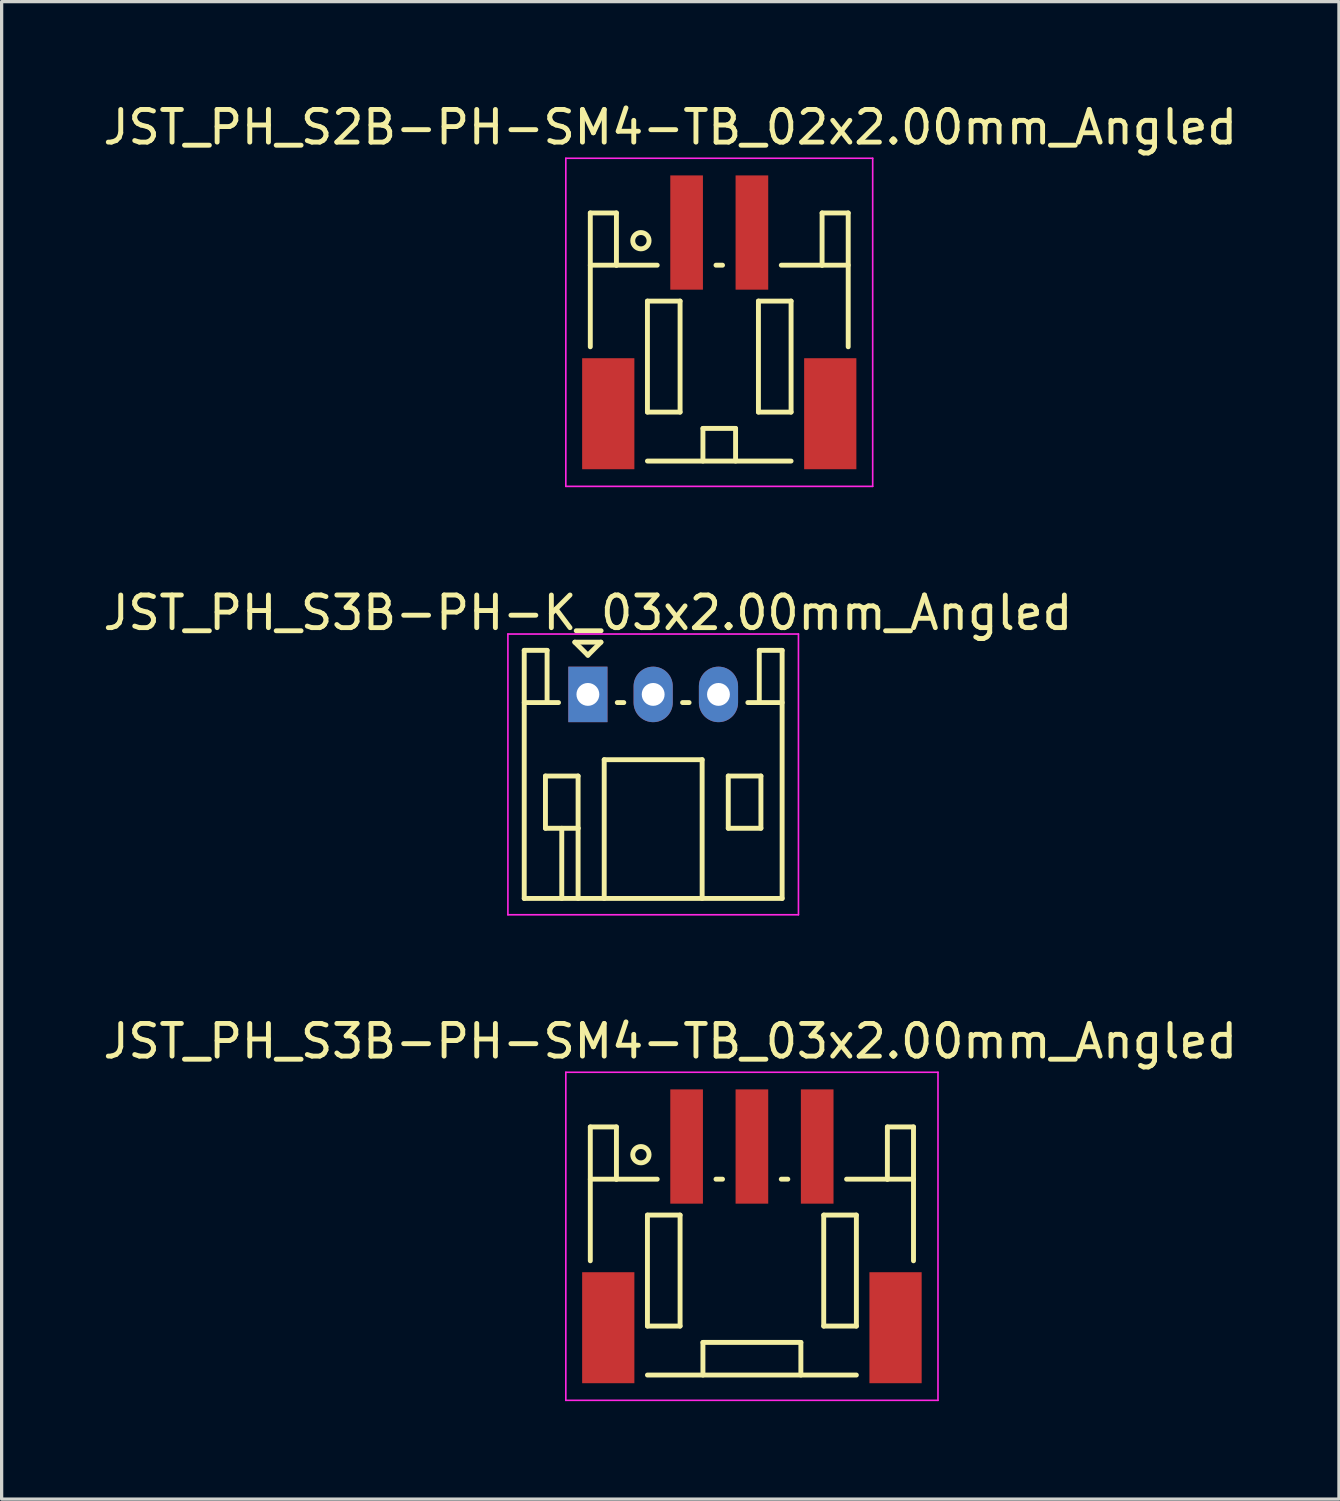
<source format=kicad_pcb>
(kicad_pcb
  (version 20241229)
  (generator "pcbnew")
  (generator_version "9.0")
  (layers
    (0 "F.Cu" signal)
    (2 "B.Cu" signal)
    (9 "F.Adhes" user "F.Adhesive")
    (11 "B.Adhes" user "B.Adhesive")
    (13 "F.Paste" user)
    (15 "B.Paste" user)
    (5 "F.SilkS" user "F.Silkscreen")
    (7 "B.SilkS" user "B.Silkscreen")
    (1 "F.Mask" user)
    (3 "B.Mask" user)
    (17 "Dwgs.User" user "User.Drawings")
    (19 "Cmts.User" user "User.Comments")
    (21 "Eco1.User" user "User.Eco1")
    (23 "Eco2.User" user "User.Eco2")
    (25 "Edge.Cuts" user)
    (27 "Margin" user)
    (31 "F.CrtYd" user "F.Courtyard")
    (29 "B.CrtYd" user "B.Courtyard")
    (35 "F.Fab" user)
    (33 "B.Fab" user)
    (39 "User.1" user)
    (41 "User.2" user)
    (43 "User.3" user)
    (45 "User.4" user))
  (footprint "JST_PH_S3B-PH-K_03x2.00mm_Angled"
    (layer "F.Cu")
    (at 14.958 18.221)
    (property "Reference" "JST_PH_S3B-PH-K_03x2.00mm_Angled" (at 0 -2.5 0) (layer "F.SilkS") (effects (font (size 1 1) (thickness 0.15))))
    (attr through_hole)
    (fp_line (start -1.95 -1.35) (end -1.95 6.25) (stroke (width 0.15) (type solid)) (layer "F.SilkS"))
    (fp_line (start -1.95 0.25) (end -1.25 0.25) (stroke (width 0.15) (type solid)) (layer "F.SilkS"))
    (fp_line (start -1.95 6.25) (end 5.95 6.25) (stroke (width 0.15) (type solid)) (layer "F.SilkS"))
    (fp_line (start -1.3 2.5) (end -1.3 4.1) (stroke (width 0.15) (type solid)) (layer "F.SilkS"))
    (fp_line (start -1.3 4.1) (end -0.3 4.1) (stroke (width 0.15) (type solid)) (layer "F.SilkS"))
    (fp_line (start -1.25 -1.35) (end -1.95 -1.35) (stroke (width 0.15) (type solid)) (layer "F.SilkS"))
    (fp_line (start -1.25 0.25) (end -1.25 -1.35) (stroke (width 0.15) (type solid)) (layer "F.SilkS"))
    (fp_line (start -0.9 0.25) (end -1.25 0.25) (stroke (width 0.15) (type solid)) (layer "F.SilkS"))
    (fp_line (start -0.8 4.1) (end -0.8 6.25) (stroke (width 0.15) (type solid)) (layer "F.SilkS"))
    (fp_line (start -0.4 -1.6) (end 0.4 -1.6) (stroke (width 0.15) (type solid)) (layer "F.SilkS"))
    (fp_line (start -0.3 2.5) (end -1.3 2.5) (stroke (width 0.15) (type solid)) (layer "F.SilkS"))
    (fp_line (start -0.3 4.1) (end -0.3 2.5) (stroke (width 0.15) (type solid)) (layer "F.SilkS"))
    (fp_line (start -0.3 4.1) (end -0.3 6.25) (stroke (width 0.15) (type solid)) (layer "F.SilkS"))
    (fp_line (start 0 -1.2) (end -0.4 -1.6) (stroke (width 0.15) (type solid)) (layer "F.SilkS"))
    (fp_line (start 0.4 -1.6) (end 0 -1.2) (stroke (width 0.15) (type solid)) (layer "F.SilkS"))
    (fp_line (start 0.5 2) (end 3.5 2) (stroke (width 0.15) (type solid)) (layer "F.SilkS"))
    (fp_line (start 0.5 6.25) (end 0.5 2) (stroke (width 0.15) (type solid)) (layer "F.SilkS"))
    (fp_line (start 0.9 0.25) (end 1.1 0.25) (stroke (width 0.15) (type solid)) (layer "F.SilkS"))
    (fp_line (start 2.9 0.25) (end 3.1 0.25) (stroke (width 0.15) (type solid)) (layer "F.SilkS"))
    (fp_line (start 3.5 2) (end 3.5 6.25) (stroke (width 0.15) (type solid)) (layer "F.SilkS"))
    (fp_line (start 4.3 2.5) (end 5.3 2.5) (stroke (width 0.15) (type solid)) (layer "F.SilkS"))
    (fp_line (start 4.3 4.1) (end 4.3 2.5) (stroke (width 0.15) (type solid)) (layer "F.SilkS"))
    (fp_line (start 5.25 -1.35) (end 5.25 0.25) (stroke (width 0.15) (type solid)) (layer "F.SilkS"))
    (fp_line (start 5.25 0.25) (end 4.9 0.25) (stroke (width 0.15) (type solid)) (layer "F.SilkS"))
    (fp_line (start 5.3 2.5) (end 5.3 4.1) (stroke (width 0.15) (type solid)) (layer "F.SilkS"))
    (fp_line (start 5.3 4.1) (end 4.3 4.1) (stroke (width 0.15) (type solid)) (layer "F.SilkS"))
    (fp_line (start 5.95 -1.35) (end 5.25 -1.35) (stroke (width 0.15) (type solid)) (layer "F.SilkS"))
    (fp_line (start 5.95 0.25) (end 5.25 0.25) (stroke (width 0.15) (type solid)) (layer "F.SilkS"))
    (fp_line (start 5.95 6.25) (end 5.95 -1.35) (stroke (width 0.15) (type solid)) (layer "F.SilkS"))
    (fp_line (start -2.45 -1.85) (end 6.45 -1.85) (stroke (width 0.05) (type solid)) (layer "F.CrtYd"))
    (fp_line (start -2.45 6.75) (end -2.45 -1.85) (stroke (width 0.05) (type solid)) (layer "F.CrtYd"))
    (fp_line (start 6.45 -1.85) (end 6.45 6.75) (stroke (width 0.05) (type solid)) (layer "F.CrtYd"))
    (fp_line (start 6.45 6.75) (end -2.45 6.75) (stroke (width 0.05) (type solid)) (layer "F.CrtYd"))
    (pad "1" thru_hole rect (at 0 0) (size 1.2 1.7) (drill 0.7) (layers "*.Cu" "*.Mask"))
    (pad "2" thru_hole oval (at 2 0) (size 1.2 1.7) (drill 0.7) (layers "*.Cu" "*.Mask"))
    (pad "3" thru_hole oval (at 4 0) (size 1.2 1.7) (drill 0.7) (layers "*.Cu" "*.Mask")))
  (footprint "JST_PH_S2B-PH-SM4-TB_02x2.00mm_Angled"
    (layer "F.Cu")
    (at 18.982 6.848)
    (property "Reference" "JST_PH_S2B-PH-SM4-TB_02x2.00mm_Angled" (at -1.5 -6 0) (layer "F.SilkS") (effects (font (size 1 1) (thickness 0.15))))
    (attr smd)
    (fp_line (start -3.95 -3.375) (end -3.95 0.725) (stroke (width 0.15) (type solid)) (layer "F.SilkS"))
    (fp_line (start -3.15 -3.375) (end -3.95 -3.375) (stroke (width 0.15) (type solid)) (layer "F.SilkS"))
    (fp_line (start -3.15 -1.775) (end -3.95 -1.775) (stroke (width 0.15) (type solid)) (layer "F.SilkS"))
    (fp_line (start -3.15 -1.775) (end -3.15 -3.375) (stroke (width 0.15) (type solid)) (layer "F.SilkS"))
    (fp_line (start -2.2 -0.675) (end -2.2 2.725) (stroke (width 0.15) (type solid)) (layer "F.SilkS"))
    (fp_line (start -2.2 2.725) (end -1.2 2.725) (stroke (width 0.15) (type solid)) (layer "F.SilkS"))
    (fp_line (start -2.2 4.225) (end 2.2 4.225) (stroke (width 0.15) (type solid)) (layer "F.SilkS"))
    (fp_line (start -1.9 -1.775) (end -3.15 -1.775) (stroke (width 0.15) (type solid)) (layer "F.SilkS"))
    (fp_line (start -1.2 -0.675) (end -2.2 -0.675) (stroke (width 0.15) (type solid)) (layer "F.SilkS"))
    (fp_line (start -1.2 2.725) (end -1.2 -0.675) (stroke (width 0.15) (type solid)) (layer "F.SilkS"))
    (fp_line (start -0.5 3.225) (end 0.5 3.225) (stroke (width 0.15) (type solid)) (layer "F.SilkS"))
    (fp_line (start -0.5 4.225) (end -0.5 3.225) (stroke (width 0.15) (type solid)) (layer "F.SilkS"))
    (fp_line (start -0.1 -1.775) (end 0.1 -1.775) (stroke (width 0.15) (type solid)) (layer "F.SilkS"))
    (fp_line (start 0.5 3.225) (end 0.5 4.225) (stroke (width 0.15) (type solid)) (layer "F.SilkS"))
    (fp_line (start 1.2 -0.675) (end 2.2 -0.675) (stroke (width 0.15) (type solid)) (layer "F.SilkS"))
    (fp_line (start 1.2 2.725) (end 1.2 -0.675) (stroke (width 0.15) (type solid)) (layer "F.SilkS"))
    (fp_line (start 1.9 -1.775) (end 3.15 -1.775) (stroke (width 0.15) (type solid)) (layer "F.SilkS"))
    (fp_line (start 2.2 -0.675) (end 2.2 2.725) (stroke (width 0.15) (type solid)) (layer "F.SilkS"))
    (fp_line (start 2.2 2.725) (end 1.2 2.725) (stroke (width 0.15) (type solid)) (layer "F.SilkS"))
    (fp_line (start 3.15 -3.375) (end 3.95 -3.375) (stroke (width 0.15) (type solid)) (layer "F.SilkS"))
    (fp_line (start 3.15 -1.775) (end 3.15 -3.375) (stroke (width 0.15) (type solid)) (layer "F.SilkS"))
    (fp_line (start 3.15 -1.775) (end 3.95 -1.775) (stroke (width 0.15) (type solid)) (layer "F.SilkS"))
    (fp_line (start 3.95 -3.375) (end 3.95 0.725) (stroke (width 0.15) (type solid)) (layer "F.SilkS"))
    (fp_circle (center -2.4 -2.525) (end -2.15 -2.525) (stroke (width 0.15) (type solid)) (fill no) (layer "F.SilkS"))
    (fp_line (start -4.7 -5.05) (end 4.7 -5.05) (stroke (width 0.05) (type solid)) (layer "F.CrtYd"))
    (fp_line (start -4.7 5) (end -4.7 -5.05) (stroke (width 0.05) (type solid)) (layer "F.CrtYd"))
    (fp_line (start 4.7 -5.05) (end 4.7 5) (stroke (width 0.05) (type solid)) (layer "F.CrtYd"))
    (fp_line (start 4.7 5) (end -4.7 5) (stroke (width 0.05) (type solid)) (layer "F.CrtYd"))
    (pad "" smd rect (at -3.4 2.775) (size 1.6 3.4) (layers "F.Cu" "F.Mask" "F.Paste"))
    (pad "" smd rect (at 3.4 2.775) (size 1.6 3.4) (layers "F.Cu" "F.Mask" "F.Paste"))
    (pad "1" smd rect (at -1 -2.775) (size 1 3.5) (layers "F.Cu" "F.Mask" "F.Paste"))
    (pad "2" smd rect (at 1 -2.775) (size 1 3.5) (layers "F.Cu" "F.Mask" "F.Paste")))
  (footprint "JST_PH_S3B-PH-SM4-TB_03x2.00mm_Angled"
    (layer "F.Cu")
    (at 19.982 34.845)
    (property "Reference" "JST_PH_S3B-PH-SM4-TB_03x2.00mm_Angled" (at -2.5 -6 0) (layer "F.SilkS") (effects (font (size 1 1) (thickness 0.15))))
    (attr smd)
    (fp_line (start -4.95 -3.375) (end -4.95 0.725) (stroke (width 0.15) (type solid)) (layer "F.SilkS"))
    (fp_line (start -4.15 -3.375) (end -4.95 -3.375) (stroke (width 0.15) (type solid)) (layer "F.SilkS"))
    (fp_line (start -4.15 -1.775) (end -4.95 -1.775) (stroke (width 0.15) (type solid)) (layer "F.SilkS"))
    (fp_line (start -4.15 -1.775) (end -4.15 -3.375) (stroke (width 0.15) (type solid)) (layer "F.SilkS"))
    (fp_line (start -3.2 -0.675) (end -3.2 2.725) (stroke (width 0.15) (type solid)) (layer "F.SilkS"))
    (fp_line (start -3.2 2.725) (end -2.2 2.725) (stroke (width 0.15) (type solid)) (layer "F.SilkS"))
    (fp_line (start -3.2 4.225) (end 3.2 4.225) (stroke (width 0.15) (type solid)) (layer "F.SilkS"))
    (fp_line (start -2.9 -1.775) (end -4.15 -1.775) (stroke (width 0.15) (type solid)) (layer "F.SilkS"))
    (fp_line (start -2.2 -0.675) (end -3.2 -0.675) (stroke (width 0.15) (type solid)) (layer "F.SilkS"))
    (fp_line (start -2.2 2.725) (end -2.2 -0.675) (stroke (width 0.15) (type solid)) (layer "F.SilkS"))
    (fp_line (start -1.5 3.225) (end 1.5 3.225) (stroke (width 0.15) (type solid)) (layer "F.SilkS"))
    (fp_line (start -1.5 4.225) (end -1.5 3.225) (stroke (width 0.15) (type solid)) (layer "F.SilkS"))
    (fp_line (start -1.1 -1.775) (end -0.9 -1.775) (stroke (width 0.15) (type solid)) (layer "F.SilkS"))
    (fp_line (start 0.9 -1.775) (end 1.1 -1.775) (stroke (width 0.15) (type solid)) (layer "F.SilkS"))
    (fp_line (start 1.5 3.225) (end 1.5 4.225) (stroke (width 0.15) (type solid)) (layer "F.SilkS"))
    (fp_line (start 2.2 -0.675) (end 3.2 -0.675) (stroke (width 0.15) (type solid)) (layer "F.SilkS"))
    (fp_line (start 2.2 2.725) (end 2.2 -0.675) (stroke (width 0.15) (type solid)) (layer "F.SilkS"))
    (fp_line (start 2.9 -1.775) (end 4.15 -1.775) (stroke (width 0.15) (type solid)) (layer "F.SilkS"))
    (fp_line (start 3.2 -0.675) (end 3.2 2.725) (stroke (width 0.15) (type solid)) (layer "F.SilkS"))
    (fp_line (start 3.2 2.725) (end 2.2 2.725) (stroke (width 0.15) (type solid)) (layer "F.SilkS"))
    (fp_line (start 4.15 -3.375) (end 4.95 -3.375) (stroke (width 0.15) (type solid)) (layer "F.SilkS"))
    (fp_line (start 4.15 -1.775) (end 4.15 -3.375) (stroke (width 0.15) (type solid)) (layer "F.SilkS"))
    (fp_line (start 4.15 -1.775) (end 4.95 -1.775) (stroke (width 0.15) (type solid)) (layer "F.SilkS"))
    (fp_line (start 4.95 -3.375) (end 4.95 0.725) (stroke (width 0.15) (type solid)) (layer "F.SilkS"))
    (fp_circle (center -3.4 -2.525) (end -3.15 -2.525) (stroke (width 0.15) (type solid)) (fill no) (layer "F.SilkS"))
    (fp_line (start -5.7 -5.05) (end 5.7 -5.05) (stroke (width 0.05) (type solid)) (layer "F.CrtYd"))
    (fp_line (start -5.7 5) (end -5.7 -5.05) (stroke (width 0.05) (type solid)) (layer "F.CrtYd"))
    (fp_line (start 5.7 -5.05) (end 5.7 5) (stroke (width 0.05) (type solid)) (layer "F.CrtYd"))
    (fp_line (start 5.7 5) (end -5.7 5) (stroke (width 0.05) (type solid)) (layer "F.CrtYd"))
    (pad "" smd rect (at -4.4 2.775) (size 1.6 3.4) (layers "F.Cu" "F.Mask" "F.Paste"))
    (pad "" smd rect (at 4.4 2.775) (size 1.6 3.4) (layers "F.Cu" "F.Mask" "F.Paste"))
    (pad "1" smd rect (at -2 -2.775) (size 1 3.5) (layers "F.Cu" "F.Mask" "F.Paste"))
    (pad "2" smd rect (at 0 -2.775) (size 1 3.5) (layers "F.Cu" "F.Mask" "F.Paste"))
    (pad "3" smd rect (at 2 -2.775) (size 1 3.5) (layers "F.Cu" "F.Mask" "F.Paste")))
  (gr_rect
    (start -3 -3)
    (end 37.964 42.87)
    (stroke (width 0.1) (type default))
    (fill no)
    (layer "Edge.Cuts")))
</source>
